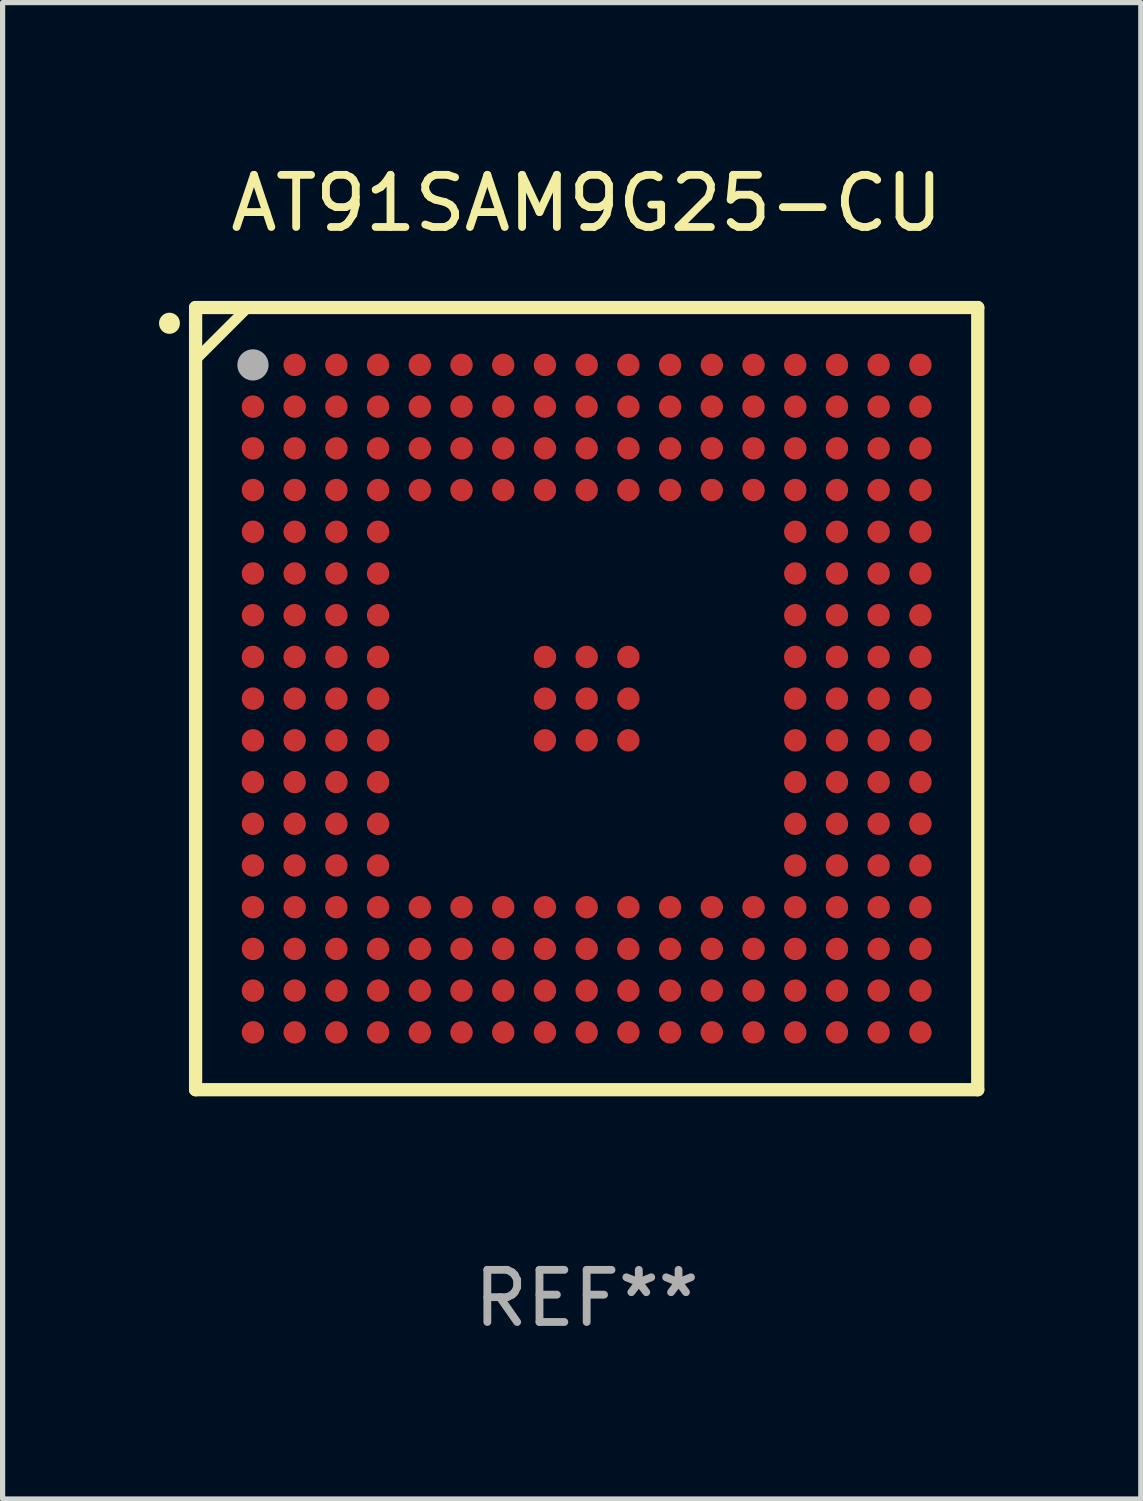
<source format=kicad_pcb>
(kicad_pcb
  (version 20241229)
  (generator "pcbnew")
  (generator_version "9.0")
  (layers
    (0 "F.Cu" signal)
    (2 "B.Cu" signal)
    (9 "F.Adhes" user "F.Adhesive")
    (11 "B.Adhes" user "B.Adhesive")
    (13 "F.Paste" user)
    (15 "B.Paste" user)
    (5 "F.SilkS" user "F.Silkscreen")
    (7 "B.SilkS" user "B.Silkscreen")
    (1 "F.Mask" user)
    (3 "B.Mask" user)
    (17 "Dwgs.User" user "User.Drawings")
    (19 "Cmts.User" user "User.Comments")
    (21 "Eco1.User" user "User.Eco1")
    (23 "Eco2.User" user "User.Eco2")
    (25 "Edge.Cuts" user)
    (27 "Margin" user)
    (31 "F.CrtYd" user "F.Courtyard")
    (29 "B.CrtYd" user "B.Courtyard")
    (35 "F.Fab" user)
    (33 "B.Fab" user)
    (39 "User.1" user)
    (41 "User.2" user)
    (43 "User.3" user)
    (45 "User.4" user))
  (footprint "AT91SAM9G25-CU"
    (layer "F.Cu")
    (at 8.201 10.348)
    (property "Reference" "AT91SAM9G25-CU" (at 0 -9.5 0) (layer "F.SilkS") (effects (font (size 1 1) (thickness 0.15))))
    (attr through_hole)
    (fp_line (start -7.5 -7.5) (end 7.5 -7.5) (stroke (width 0.254) (type solid)) (layer "F.SilkS"))
    (fp_line (start -7.5 -6.5) (end -6.5 -7.5) (stroke (width 0.2) (type solid)) (layer "F.SilkS"))
    (fp_line (start -7.5 7.5) (end -7.5 -7.5) (stroke (width 0.254) (type solid)) (layer "F.SilkS"))
    (fp_line (start 7.5 -7.5) (end 7.5 7.5) (stroke (width 0.254) (type solid)) (layer "F.SilkS"))
    (fp_line (start 7.5 7.5) (end -7.5 7.5) (stroke (width 0.254) (type solid)) (layer "F.SilkS"))
    (fp_arc (start -8.001016 -7.195847) (mid -8.001032 -7.198387) (end -8.001016 -7.200927) (stroke (width 0.4) (type solid)) (layer "F.SilkS"))
    (fp_circle (center -7.5 -7.5) (end -7.47 -7.5) (stroke (width 0.06) (type solid)) (fill no) (layer "F.SilkS"))
    (fp_circle (center -6.4 -6.4) (end -6.25 -6.4) (stroke (width 0.3) (type solid)) (fill no) (layer "F.Fab"))
    (fp_text user "REF**" (at 0 11.5 0) (layer "F.Fab") (effects (font (size 1 1) (thickness 0.15))))
    (pad "A1" smd circle (at -6.4 -6.4) (size 0.43 0.43) (layers "F.Cu" "F.Mask" "F.Paste"))
    (pad "A2" smd circle (at -5.6 -6.4) (size 0.43 0.43) (layers "F.Cu" "F.Mask" "F.Paste"))
    (pad "A3" smd circle (at -4.8 -6.4) (size 0.43 0.43) (layers "F.Cu" "F.Mask" "F.Paste"))
    (pad "A4" smd circle (at -4 -6.4) (size 0.43 0.43) (layers "F.Cu" "F.Mask" "F.Paste"))
    (pad "A5" smd circle (at -3.2 -6.4) (size 0.43 0.43) (layers "F.Cu" "F.Mask" "F.Paste"))
    (pad "A6" smd circle (at -2.4 -6.4) (size 0.43 0.43) (layers "F.Cu" "F.Mask" "F.Paste"))
    (pad "A7" smd circle (at -1.6 -6.4) (size 0.43 0.43) (layers "F.Cu" "F.Mask" "F.Paste"))
    (pad "A8" smd circle (at -0.8 -6.4) (size 0.43 0.43) (layers "F.Cu" "F.Mask" "F.Paste"))
    (pad "A9" smd circle (at 0 -6.4) (size 0.43 0.43) (layers "F.Cu" "F.Mask" "F.Paste"))
    (pad "A10" smd circle (at 0.8 -6.4) (size 0.43 0.43) (layers "F.Cu" "F.Mask" "F.Paste"))
    (pad "A11" smd circle (at 1.6 -6.4) (size 0.43 0.43) (layers "F.Cu" "F.Mask" "F.Paste"))
    (pad "A12" smd circle (at 2.4 -6.4) (size 0.43 0.43) (layers "F.Cu" "F.Mask" "F.Paste"))
    (pad "A13" smd circle (at 3.2 -6.4) (size 0.43 0.43) (layers "F.Cu" "F.Mask" "F.Paste"))
    (pad "A14" smd circle (at 4 -6.4) (size 0.43 0.43) (layers "F.Cu" "F.Mask" "F.Paste"))
    (pad "A15" smd circle (at 4.8 -6.4) (size 0.43 0.43) (layers "F.Cu" "F.Mask" "F.Paste"))
    (pad "A16" smd circle (at 5.6 -6.4) (size 0.43 0.43) (layers "F.Cu" "F.Mask" "F.Paste"))
    (pad "A17" smd circle (at 6.4 -6.4) (size 0.43 0.43) (layers "F.Cu" "F.Mask" "F.Paste"))
    (pad "B1" smd circle (at -6.4 -5.6) (size 0.43 0.43) (layers "F.Cu" "F.Mask" "F.Paste"))
    (pad "B2" smd circle (at -5.6 -5.6) (size 0.43 0.43) (layers "F.Cu" "F.Mask" "F.Paste"))
    (pad "B3" smd circle (at -4.8 -5.6) (size 0.43 0.43) (layers "F.Cu" "F.Mask" "F.Paste"))
    (pad "B4" smd circle (at -4 -5.6) (size 0.43 0.43) (layers "F.Cu" "F.Mask" "F.Paste"))
    (pad "B5" smd circle (at -3.2 -5.6) (size 0.43 0.43) (layers "F.Cu" "F.Mask" "F.Paste"))
    (pad "B6" smd circle (at -2.4 -5.6) (size 0.43 0.43) (layers "F.Cu" "F.Mask" "F.Paste"))
    (pad "B7" smd circle (at -1.6 -5.6) (size 0.43 0.43) (layers "F.Cu" "F.Mask" "F.Paste"))
    (pad "B8" smd circle (at -0.8 -5.6) (size 0.43 0.43) (layers "F.Cu" "F.Mask" "F.Paste"))
    (pad "B9" smd circle (at 0 -5.6) (size 0.43 0.43) (layers "F.Cu" "F.Mask" "F.Paste"))
    (pad "B10" smd circle (at 0.8 -5.6) (size 0.43 0.43) (layers "F.Cu" "F.Mask" "F.Paste"))
    (pad "B11" smd circle (at 1.6 -5.6) (size 0.43 0.43) (layers "F.Cu" "F.Mask" "F.Paste"))
    (pad "B12" smd circle (at 2.4 -5.6) (size 0.43 0.43) (layers "F.Cu" "F.Mask" "F.Paste"))
    (pad "B13" smd circle (at 3.2 -5.6) (size 0.43 0.43) (layers "F.Cu" "F.Mask" "F.Paste"))
    (pad "B14" smd circle (at 4 -5.6) (size 0.43 0.43) (layers "F.Cu" "F.Mask" "F.Paste"))
    (pad "B15" smd circle (at 4.8 -5.6) (size 0.43 0.43) (layers "F.Cu" "F.Mask" "F.Paste"))
    (pad "B16" smd circle (at 5.6 -5.6) (size 0.43 0.43) (layers "F.Cu" "F.Mask" "F.Paste"))
    (pad "B17" smd circle (at 6.4 -5.6) (size 0.43 0.43) (layers "F.Cu" "F.Mask" "F.Paste"))
    (pad "C1" smd circle (at -6.4 -4.8) (size 0.43 0.43) (layers "F.Cu" "F.Mask" "F.Paste"))
    (pad "C2" smd circle (at -5.6 -4.8) (size 0.43 0.43) (layers "F.Cu" "F.Mask" "F.Paste"))
    (pad "C3" smd circle (at -4.8 -4.8) (size 0.43 0.43) (layers "F.Cu" "F.Mask" "F.Paste"))
    (pad "C4" smd circle (at -4 -4.8) (size 0.43 0.43) (layers "F.Cu" "F.Mask" "F.Paste"))
    (pad "C5" smd circle (at -3.2 -4.8) (size 0.43 0.43) (layers "F.Cu" "F.Mask" "F.Paste"))
    (pad "C6" smd circle (at -2.4 -4.8) (size 0.43 0.43) (layers "F.Cu" "F.Mask" "F.Paste"))
    (pad "C7" smd circle (at -1.6 -4.8) (size 0.43 0.43) (layers "F.Cu" "F.Mask" "F.Paste"))
    (pad "C8" smd circle (at -0.8 -4.8) (size 0.43 0.43) (layers "F.Cu" "F.Mask" "F.Paste"))
    (pad "C9" smd circle (at 0 -4.8) (size 0.43 0.43) (layers "F.Cu" "F.Mask" "F.Paste"))
    (pad "C10" smd circle (at 0.8 -4.8) (size 0.43 0.43) (layers "F.Cu" "F.Mask" "F.Paste"))
    (pad "C11" smd circle (at 1.6 -4.8) (size 0.43 0.43) (layers "F.Cu" "F.Mask" "F.Paste"))
    (pad "C12" smd circle (at 2.4 -4.8) (size 0.43 0.43) (layers "F.Cu" "F.Mask" "F.Paste"))
    (pad "C13" smd circle (at 3.2 -4.8) (size 0.43 0.43) (layers "F.Cu" "F.Mask" "F.Paste"))
    (pad "C14" smd circle (at 4 -4.8) (size 0.43 0.43) (layers "F.Cu" "F.Mask" "F.Paste"))
    (pad "C15" smd circle (at 4.8 -4.8) (size 0.43 0.43) (layers "F.Cu" "F.Mask" "F.Paste"))
    (pad "C16" smd circle (at 5.6 -4.8) (size 0.43 0.43) (layers "F.Cu" "F.Mask" "F.Paste"))
    (pad "C17" smd circle (at 6.4 -4.8) (size 0.43 0.43) (layers "F.Cu" "F.Mask" "F.Paste"))
    (pad "D1" smd circle (at -6.4 -4) (size 0.43 0.43) (layers "F.Cu" "F.Mask" "F.Paste"))
    (pad "D2" smd circle (at -5.6 -4) (size 0.43 0.43) (layers "F.Cu" "F.Mask" "F.Paste"))
    (pad "D3" smd circle (at -4.8 -4) (size 0.43 0.43) (layers "F.Cu" "F.Mask" "F.Paste"))
    (pad "D4" smd circle (at -4 -4) (size 0.43 0.43) (layers "F.Cu" "F.Mask" "F.Paste"))
    (pad "D5" smd circle (at -3.2 -4) (size 0.43 0.43) (layers "F.Cu" "F.Mask" "F.Paste"))
    (pad "D6" smd circle (at -2.4 -4) (size 0.43 0.43) (layers "F.Cu" "F.Mask" "F.Paste"))
    (pad "D7" smd circle (at -1.6 -4) (size 0.43 0.43) (layers "F.Cu" "F.Mask" "F.Paste"))
    (pad "D8" smd circle (at -0.8 -4) (size 0.43 0.43) (layers "F.Cu" "F.Mask" "F.Paste"))
    (pad "D9" smd circle (at 0 -4) (size 0.43 0.43) (layers "F.Cu" "F.Mask" "F.Paste"))
    (pad "D10" smd circle (at 0.8 -4) (size 0.43 0.43) (layers "F.Cu" "F.Mask" "F.Paste"))
    (pad "D11" smd circle (at 1.6 -4) (size 0.43 0.43) (layers "F.Cu" "F.Mask" "F.Paste"))
    (pad "D12" smd circle (at 2.4 -4) (size 0.43 0.43) (layers "F.Cu" "F.Mask" "F.Paste"))
    (pad "D13" smd circle (at 3.2 -4) (size 0.43 0.43) (layers "F.Cu" "F.Mask" "F.Paste"))
    (pad "D14" smd circle (at 4 -4) (size 0.43 0.43) (layers "F.Cu" "F.Mask" "F.Paste"))
    (pad "D15" smd circle (at 4.8 -4) (size 0.43 0.43) (layers "F.Cu" "F.Mask" "F.Paste"))
    (pad "D16" smd circle (at 5.6 -4) (size 0.43 0.43) (layers "F.Cu" "F.Mask" "F.Paste"))
    (pad "D17" smd circle (at 6.4 -4) (size 0.43 0.43) (layers "F.Cu" "F.Mask" "F.Paste"))
    (pad "E1" smd circle (at -6.4 -3.2) (size 0.43 0.43) (layers "F.Cu" "F.Mask" "F.Paste"))
    (pad "E2" smd circle (at -5.6 -3.2) (size 0.43 0.43) (layers "F.Cu" "F.Mask" "F.Paste"))
    (pad "E3" smd circle (at -4.8 -3.2) (size 0.43 0.43) (layers "F.Cu" "F.Mask" "F.Paste"))
    (pad "E4" smd circle (at -4 -3.2) (size 0.43 0.43) (layers "F.Cu" "F.Mask" "F.Paste"))
    (pad "E14" smd circle (at 4 -3.2) (size 0.43 0.43) (layers "F.Cu" "F.Mask" "F.Paste"))
    (pad "E15" smd circle (at 4.8 -3.2) (size 0.43 0.43) (layers "F.Cu" "F.Mask" "F.Paste"))
    (pad "E16" smd circle (at 5.6 -3.2) (size 0.43 0.43) (layers "F.Cu" "F.Mask" "F.Paste"))
    (pad "E17" smd circle (at 6.4 -3.2) (size 0.43 0.43) (layers "F.Cu" "F.Mask" "F.Paste"))
    (pad "F1" smd circle (at -6.4 -2.4) (size 0.43 0.43) (layers "F.Cu" "F.Mask" "F.Paste"))
    (pad "F2" smd circle (at -5.6 -2.4) (size 0.43 0.43) (layers "F.Cu" "F.Mask" "F.Paste"))
    (pad "F3" smd circle (at -4.8 -2.4) (size 0.43 0.43) (layers "F.Cu" "F.Mask" "F.Paste"))
    (pad "F4" smd circle (at -4 -2.4) (size 0.43 0.43) (layers "F.Cu" "F.Mask" "F.Paste"))
    (pad "F14" smd circle (at 4 -2.4) (size 0.43 0.43) (layers "F.Cu" "F.Mask" "F.Paste"))
    (pad "F15" smd circle (at 4.8 -2.4) (size 0.43 0.43) (layers "F.Cu" "F.Mask" "F.Paste"))
    (pad "F16" smd circle (at 5.6 -2.4) (size 0.43 0.43) (layers "F.Cu" "F.Mask" "F.Paste"))
    (pad "F17" smd circle (at 6.4 -2.4) (size 0.43 0.43) (layers "F.Cu" "F.Mask" "F.Paste"))
    (pad "G1" smd circle (at -6.4 -1.6) (size 0.43 0.43) (layers "F.Cu" "F.Mask" "F.Paste"))
    (pad "G2" smd circle (at -5.6 -1.6) (size 0.43 0.43) (layers "F.Cu" "F.Mask" "F.Paste"))
    (pad "G3" smd circle (at -4.8 -1.6) (size 0.43 0.43) (layers "F.Cu" "F.Mask" "F.Paste"))
    (pad "G4" smd circle (at -4 -1.6) (size 0.43 0.43) (layers "F.Cu" "F.Mask" "F.Paste"))
    (pad "G14" smd circle (at 4 -1.6) (size 0.43 0.43) (layers "F.Cu" "F.Mask" "F.Paste"))
    (pad "G15" smd circle (at 4.8 -1.6) (size 0.43 0.43) (layers "F.Cu" "F.Mask" "F.Paste"))
    (pad "G16" smd circle (at 5.6 -1.6) (size 0.43 0.43) (layers "F.Cu" "F.Mask" "F.Paste"))
    (pad "G17" smd circle (at 6.4 -1.6) (size 0.43 0.43) (layers "F.Cu" "F.Mask" "F.Paste"))
    (pad "H1" smd circle (at -6.4 -0.8) (size 0.43 0.43) (layers "F.Cu" "F.Mask" "F.Paste"))
    (pad "H2" smd circle (at -5.6 -0.8) (size 0.43 0.43) (layers "F.Cu" "F.Mask" "F.Paste"))
    (pad "H3" smd circle (at -4.8 -0.8) (size 0.43 0.43) (layers "F.Cu" "F.Mask" "F.Paste"))
    (pad "H4" smd circle (at -4 -0.8) (size 0.43 0.43) (layers "F.Cu" "F.Mask" "F.Paste"))
    (pad "H8" smd circle (at -0.8 -0.8) (size 0.43 0.43) (layers "F.Cu" "F.Mask" "F.Paste"))
    (pad "H9" smd circle (at 0 -0.8) (size 0.43 0.43) (layers "F.Cu" "F.Mask" "F.Paste"))
    (pad "H10" smd circle (at 0.8 -0.8) (size 0.43 0.43) (layers "F.Cu" "F.Mask" "F.Paste"))
    (pad "H14" smd circle (at 4 -0.8) (size 0.43 0.43) (layers "F.Cu" "F.Mask" "F.Paste"))
    (pad "H15" smd circle (at 4.8 -0.8) (size 0.43 0.43) (layers "F.Cu" "F.Mask" "F.Paste"))
    (pad "H16" smd circle (at 5.6 -0.8) (size 0.43 0.43) (layers "F.Cu" "F.Mask" "F.Paste"))
    (pad "H17" smd circle (at 6.4 -0.8) (size 0.43 0.43) (layers "F.Cu" "F.Mask" "F.Paste"))
    (pad "J1" smd circle (at -6.4 -0.000013) (size 0.43 0.43) (layers "F.Cu" "F.Mask" "F.Paste"))
    (pad "J2" smd circle (at -5.6 -0.000013) (size 0.43 0.43) (layers "F.Cu" "F.Mask" "F.Paste"))
    (pad "J3" smd circle (at -4.8 -0.000013) (size 0.43 0.43) (layers "F.Cu" "F.Mask" "F.Paste"))
    (pad "J4" smd circle (at -4 -0.000013) (size 0.43 0.43) (layers "F.Cu" "F.Mask" "F.Paste"))
    (pad "J8" smd circle (at -0.8 -0.000013) (size 0.43 0.43) (layers "F.Cu" "F.Mask" "F.Paste"))
    (pad "J9" smd circle (at 0 -0.000013) (size 0.43 0.43) (layers "F.Cu" "F.Mask" "F.Paste"))
    (pad "J10" smd circle (at 0.8 -0.000013) (size 0.43 0.43) (layers "F.Cu" "F.Mask" "F.Paste"))
    (pad "J14" smd circle (at 4 -0.000013) (size 0.43 0.43) (layers "F.Cu" "F.Mask" "F.Paste"))
    (pad "J15" smd circle (at 4.8 -0.000013) (size 0.43 0.43) (layers "F.Cu" "F.Mask" "F.Paste"))
    (pad "J16" smd circle (at 5.6 -0.000013) (size 0.43 0.43) (layers "F.Cu" "F.Mask" "F.Paste"))
    (pad "J17" smd circle (at 6.4 -0.000013) (size 0.43 0.43) (layers "F.Cu" "F.Mask" "F.Paste"))
    (pad "K1" smd circle (at -6.4 0.8) (size 0.43 0.43) (layers "F.Cu" "F.Mask" "F.Paste"))
    (pad "K2" smd circle (at -5.6 0.8) (size 0.43 0.43) (layers "F.Cu" "F.Mask" "F.Paste"))
    (pad "K3" smd circle (at -4.8 0.8) (size 0.43 0.43) (layers "F.Cu" "F.Mask" "F.Paste"))
    (pad "K4" smd circle (at -4 0.8) (size 0.43 0.43) (layers "F.Cu" "F.Mask" "F.Paste"))
    (pad "K8" smd circle (at -0.8 0.8) (size 0.43 0.43) (layers "F.Cu" "F.Mask" "F.Paste"))
    (pad "K9" smd circle (at 0 0.8) (size 0.43 0.43) (layers "F.Cu" "F.Mask" "F.Paste"))
    (pad "K10" smd circle (at 0.8 0.8) (size 0.43 0.43) (layers "F.Cu" "F.Mask" "F.Paste"))
    (pad "K14" smd circle (at 4 0.8) (size 0.43 0.43) (layers "F.Cu" "F.Mask" "F.Paste"))
    (pad "K15" smd circle (at 4.8 0.8) (size 0.43 0.43) (layers "F.Cu" "F.Mask" "F.Paste"))
    (pad "K16" smd circle (at 5.6 0.8) (size 0.43 0.43) (layers "F.Cu" "F.Mask" "F.Paste"))
    (pad "K17" smd circle (at 6.4 0.8) (size 0.43 0.43) (layers "F.Cu" "F.Mask" "F.Paste"))
    (pad "L1" smd circle (at -6.4 1.6) (size 0.43 0.43) (layers "F.Cu" "F.Mask" "F.Paste"))
    (pad "L2" smd circle (at -5.6 1.6) (size 0.43 0.43) (layers "F.Cu" "F.Mask" "F.Paste"))
    (pad "L3" smd circle (at -4.8 1.6) (size 0.43 0.43) (layers "F.Cu" "F.Mask" "F.Paste"))
    (pad "L4" smd circle (at -4 1.6) (size 0.43 0.43) (layers "F.Cu" "F.Mask" "F.Paste"))
    (pad "L14" smd circle (at 4 1.6) (size 0.43 0.43) (layers "F.Cu" "F.Mask" "F.Paste"))
    (pad "L15" smd circle (at 4.8 1.6) (size 0.43 0.43) (layers "F.Cu" "F.Mask" "F.Paste"))
    (pad "L16" smd circle (at 5.6 1.6) (size 0.43 0.43) (layers "F.Cu" "F.Mask" "F.Paste"))
    (pad "L17" smd circle (at 6.4 1.6) (size 0.43 0.43) (layers "F.Cu" "F.Mask" "F.Paste"))
    (pad "M1" smd circle (at -6.4 2.4) (size 0.43 0.43) (layers "F.Cu" "F.Mask" "F.Paste"))
    (pad "M2" smd circle (at -5.6 2.4) (size 0.43 0.43) (layers "F.Cu" "F.Mask" "F.Paste"))
    (pad "M3" smd circle (at -4.8 2.4) (size 0.43 0.43) (layers "F.Cu" "F.Mask" "F.Paste"))
    (pad "M4" smd circle (at -4 2.4) (size 0.43 0.43) (layers "F.Cu" "F.Mask" "F.Paste"))
    (pad "M14" smd circle (at 4 2.4) (size 0.43 0.43) (layers "F.Cu" "F.Mask" "F.Paste"))
    (pad "M15" smd circle (at 4.8 2.4) (size 0.43 0.43) (layers "F.Cu" "F.Mask" "F.Paste"))
    (pad "M16" smd circle (at 5.6 2.4) (size 0.43 0.43) (layers "F.Cu" "F.Mask" "F.Paste"))
    (pad "M17" smd circle (at 6.4 2.4) (size 0.43 0.43) (layers "F.Cu" "F.Mask" "F.Paste"))
    (pad "N1" smd circle (at -6.4 3.2) (size 0.43 0.43) (layers "F.Cu" "F.Mask" "F.Paste"))
    (pad "N2" smd circle (at -5.6 3.2) (size 0.43 0.43) (layers "F.Cu" "F.Mask" "F.Paste"))
    (pad "N3" smd circle (at -4.8 3.2) (size 0.43 0.43) (layers "F.Cu" "F.Mask" "F.Paste"))
    (pad "N4" smd circle (at -4 3.2) (size 0.43 0.43) (layers "F.Cu" "F.Mask" "F.Paste"))
    (pad "N14" smd circle (at 4 3.2) (size 0.43 0.43) (layers "F.Cu" "F.Mask" "F.Paste"))
    (pad "N15" smd circle (at 4.8 3.2) (size 0.43 0.43) (layers "F.Cu" "F.Mask" "F.Paste"))
    (pad "N16" smd circle (at 5.6 3.2) (size 0.43 0.43) (layers "F.Cu" "F.Mask" "F.Paste"))
    (pad "N17" smd circle (at 6.4 3.2) (size 0.43 0.43) (layers "F.Cu" "F.Mask" "F.Paste"))
    (pad "P1" smd circle (at -6.4 4) (size 0.43 0.43) (layers "F.Cu" "F.Mask" "F.Paste"))
    (pad "P2" smd circle (at -5.6 4) (size 0.43 0.43) (layers "F.Cu" "F.Mask" "F.Paste"))
    (pad "P3" smd circle (at -4.8 4) (size 0.43 0.43) (layers "F.Cu" "F.Mask" "F.Paste"))
    (pad "P4" smd circle (at -4 4) (size 0.43 0.43) (layers "F.Cu" "F.Mask" "F.Paste"))
    (pad "P5" smd circle (at -3.2 4) (size 0.43 0.43) (layers "F.Cu" "F.Mask" "F.Paste"))
    (pad "P6" smd circle (at -2.4 4) (size 0.43 0.43) (layers "F.Cu" "F.Mask" "F.Paste"))
    (pad "P7" smd circle (at -1.6 4) (size 0.43 0.43) (layers "F.Cu" "F.Mask" "F.Paste"))
    (pad "P8" smd circle (at -0.8 4) (size 0.43 0.43) (layers "F.Cu" "F.Mask" "F.Paste"))
    (pad "P9" smd circle (at 0 4) (size 0.43 0.43) (layers "F.Cu" "F.Mask" "F.Paste"))
    (pad "P10" smd circle (at 0.8 4) (size 0.43 0.43) (layers "F.Cu" "F.Mask" "F.Paste"))
    (pad "P11" smd circle (at 1.6 4) (size 0.43 0.43) (layers "F.Cu" "F.Mask" "F.Paste"))
    (pad "P12" smd circle (at 2.4 4) (size 0.43 0.43) (layers "F.Cu" "F.Mask" "F.Paste"))
    (pad "P13" smd circle (at 3.2 4) (size 0.43 0.43) (layers "F.Cu" "F.Mask" "F.Paste"))
    (pad "P14" smd circle (at 4 4) (size 0.43 0.43) (layers "F.Cu" "F.Mask" "F.Paste"))
    (pad "P15" smd circle (at 4.8 4) (size 0.43 0.43) (layers "F.Cu" "F.Mask" "F.Paste"))
    (pad "P16" smd circle (at 5.6 4) (size 0.43 0.43) (layers "F.Cu" "F.Mask" "F.Paste"))
    (pad "P17" smd circle (at 6.4 4) (size 0.43 0.43) (layers "F.Cu" "F.Mask" "F.Paste"))
    (pad "R1" smd circle (at -6.4 4.8) (size 0.43 0.43) (layers "F.Cu" "F.Mask" "F.Paste"))
    (pad "R2" smd circle (at -5.6 4.8) (size 0.43 0.43) (layers "F.Cu" "F.Mask" "F.Paste"))
    (pad "R3" smd circle (at -4.8 4.8) (size 0.43 0.43) (layers "F.Cu" "F.Mask" "F.Paste"))
    (pad "R4" smd circle (at -4 4.8) (size 0.43 0.43) (layers "F.Cu" "F.Mask" "F.Paste"))
    (pad "R5" smd circle (at -3.2 4.8) (size 0.43 0.43) (layers "F.Cu" "F.Mask" "F.Paste"))
    (pad "R6" smd circle (at -2.4 4.8) (size 0.43 0.43) (layers "F.Cu" "F.Mask" "F.Paste"))
    (pad "R7" smd circle (at -1.6 4.8) (size 0.43 0.43) (layers "F.Cu" "F.Mask" "F.Paste"))
    (pad "R8" smd circle (at -0.8 4.8) (size 0.43 0.43) (layers "F.Cu" "F.Mask" "F.Paste"))
    (pad "R9" smd circle (at 0 4.8) (size 0.43 0.43) (layers "F.Cu" "F.Mask" "F.Paste"))
    (pad "R10" smd circle (at 0.8 4.8) (size 0.43 0.43) (layers "F.Cu" "F.Mask" "F.Paste"))
    (pad "R11" smd circle (at 1.6 4.8) (size 0.43 0.43) (layers "F.Cu" "F.Mask" "F.Paste"))
    (pad "R12" smd circle (at 2.4 4.8) (size 0.43 0.43) (layers "F.Cu" "F.Mask" "F.Paste"))
    (pad "R13" smd circle (at 3.2 4.8) (size 0.43 0.43) (layers "F.Cu" "F.Mask" "F.Paste"))
    (pad "R14" smd circle (at 4 4.8) (size 0.43 0.43) (layers "F.Cu" "F.Mask" "F.Paste"))
    (pad "R15" smd circle (at 4.8 4.8) (size 0.43 0.43) (layers "F.Cu" "F.Mask" "F.Paste"))
    (pad "R16" smd circle (at 5.6 4.8) (size 0.43 0.43) (layers "F.Cu" "F.Mask" "F.Paste"))
    (pad "R17" smd circle (at 6.4 4.8) (size 0.43 0.43) (layers "F.Cu" "F.Mask" "F.Paste"))
    (pad "T1" smd circle (at -6.4 5.6) (size 0.43 0.43) (layers "F.Cu" "F.Mask" "F.Paste"))
    (pad "T2" smd circle (at -5.6 5.6) (size 0.43 0.43) (layers "F.Cu" "F.Mask" "F.Paste"))
    (pad "T3" smd circle (at -4.8 5.6) (size 0.43 0.43) (layers "F.Cu" "F.Mask" "F.Paste"))
    (pad "T4" smd circle (at -4 5.6) (size 0.43 0.43) (layers "F.Cu" "F.Mask" "F.Paste"))
    (pad "T5" smd circle (at -3.2 5.6) (size 0.43 0.43) (layers "F.Cu" "F.Mask" "F.Paste"))
    (pad "T6" smd circle (at -2.4 5.6) (size 0.43 0.43) (layers "F.Cu" "F.Mask" "F.Paste"))
    (pad "T7" smd circle (at -1.6 5.6) (size 0.43 0.43) (layers "F.Cu" "F.Mask" "F.Paste"))
    (pad "T8" smd circle (at -0.8 5.6) (size 0.43 0.43) (layers "F.Cu" "F.Mask" "F.Paste"))
    (pad "T9" smd circle (at 0 5.6) (size 0.43 0.43) (layers "F.Cu" "F.Mask" "F.Paste"))
    (pad "T10" smd circle (at 0.8 5.6) (size 0.43 0.43) (layers "F.Cu" "F.Mask" "F.Paste"))
    (pad "T11" smd circle (at 1.6 5.6) (size 0.43 0.43) (layers "F.Cu" "F.Mask" "F.Paste"))
    (pad "T12" smd circle (at 2.4 5.6) (size 0.43 0.43) (layers "F.Cu" "F.Mask" "F.Paste"))
    (pad "T13" smd circle (at 3.2 5.6) (size 0.43 0.43) (layers "F.Cu" "F.Mask" "F.Paste"))
    (pad "T14" smd circle (at 4 5.6) (size 0.43 0.43) (layers "F.Cu" "F.Mask" "F.Paste"))
    (pad "T15" smd circle (at 4.8 5.6) (size 0.43 0.43) (layers "F.Cu" "F.Mask" "F.Paste"))
    (pad "T16" smd circle (at 5.6 5.6) (size 0.43 0.43) (layers "F.Cu" "F.Mask" "F.Paste"))
    (pad "T17" smd circle (at 6.4 5.6) (size 0.43 0.43) (layers "F.Cu" "F.Mask" "F.Paste"))
    (pad "U1" smd circle (at -6.4 6.4) (size 0.43 0.43) (layers "F.Cu" "F.Mask" "F.Paste"))
    (pad "U2" smd circle (at -5.6 6.4) (size 0.43 0.43) (layers "F.Cu" "F.Mask" "F.Paste"))
    (pad "U3" smd circle (at -4.8 6.4) (size 0.43 0.43) (layers "F.Cu" "F.Mask" "F.Paste"))
    (pad "U4" smd circle (at -4 6.4) (size 0.43 0.43) (layers "F.Cu" "F.Mask" "F.Paste"))
    (pad "U5" smd circle (at -3.2 6.4) (size 0.43 0.43) (layers "F.Cu" "F.Mask" "F.Paste"))
    (pad "U6" smd circle (at -2.4 6.4) (size 0.43 0.43) (layers "F.Cu" "F.Mask" "F.Paste"))
    (pad "U7" smd circle (at -1.6 6.4) (size 0.43 0.43) (layers "F.Cu" "F.Mask" "F.Paste"))
    (pad "U8" smd circle (at -0.8 6.4) (size 0.43 0.43) (layers "F.Cu" "F.Mask" "F.Paste"))
    (pad "U9" smd circle (at 0 6.4) (size 0.43 0.43) (layers "F.Cu" "F.Mask" "F.Paste"))
    (pad "U10" smd circle (at 0.8 6.4) (size 0.43 0.43) (layers "F.Cu" "F.Mask" "F.Paste"))
    (pad "U11" smd circle (at 1.6 6.4) (size 0.43 0.43) (layers "F.Cu" "F.Mask" "F.Paste"))
    (pad "U12" smd circle (at 2.4 6.4) (size 0.43 0.43) (layers "F.Cu" "F.Mask" "F.Paste"))
    (pad "U13" smd circle (at 3.2 6.4) (size 0.43 0.43) (layers "F.Cu" "F.Mask" "F.Paste"))
    (pad "U14" smd circle (at 4 6.4) (size 0.43 0.43) (layers "F.Cu" "F.Mask" "F.Paste"))
    (pad "U15" smd circle (at 4.8 6.4) (size 0.43 0.43) (layers "F.Cu" "F.Mask" "F.Paste"))
    (pad "U16" smd circle (at 5.6 6.4) (size 0.43 0.43) (layers "F.Cu" "F.Mask" "F.Paste"))
    (pad "U17" smd circle (at 6.4 6.4) (size 0.43 0.43) (layers "F.Cu" "F.Mask" "F.Paste")))
  (gr_rect
    (start -3 -3)
    (end 18.828 25.697)
    (stroke (width 0.1) (type default))
    (fill no)
    (layer "Edge.Cuts")))
</source>
